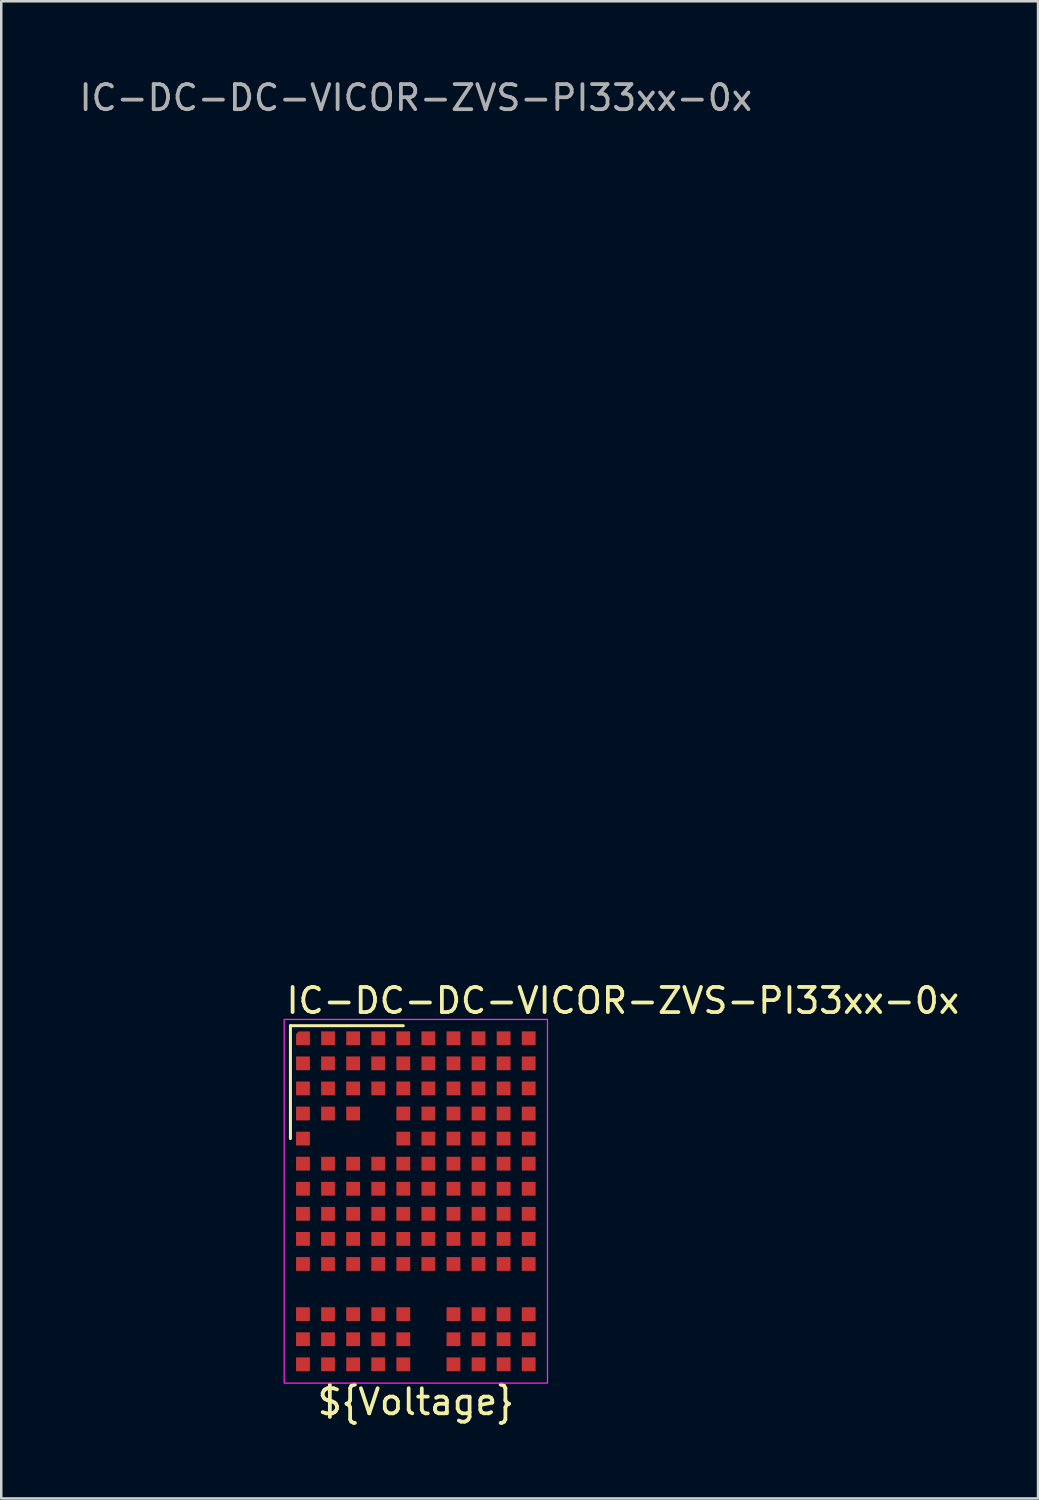
<source format=kicad_pcb>
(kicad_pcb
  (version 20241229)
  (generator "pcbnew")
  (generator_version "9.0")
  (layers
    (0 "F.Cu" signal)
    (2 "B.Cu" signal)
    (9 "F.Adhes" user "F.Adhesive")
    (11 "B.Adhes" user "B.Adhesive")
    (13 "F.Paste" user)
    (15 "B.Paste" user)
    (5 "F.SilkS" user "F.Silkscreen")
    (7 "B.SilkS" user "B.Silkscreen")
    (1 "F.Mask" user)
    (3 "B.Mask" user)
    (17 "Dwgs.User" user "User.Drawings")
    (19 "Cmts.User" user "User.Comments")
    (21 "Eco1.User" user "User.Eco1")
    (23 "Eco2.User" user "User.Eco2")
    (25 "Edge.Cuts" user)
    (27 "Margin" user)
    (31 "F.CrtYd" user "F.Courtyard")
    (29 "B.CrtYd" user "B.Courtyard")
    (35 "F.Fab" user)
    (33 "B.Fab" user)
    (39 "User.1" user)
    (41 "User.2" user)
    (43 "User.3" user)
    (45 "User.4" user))
  (footprint "IC-DC-DC-VICOR-ZVS-PI33xx-0x"
    (layer "F.Cu")
    (at 13.53 44.848)
    (property "Reference" "IC-DC-DC-VICOR-ZVS-PI33xx-0x" (at -5.25 -8 0) (unlocked yes) (layer "F.SilkS") (effects (font (size 1 1) (thickness 0.15)) (justify left)))
    (attr smd)
    (fp_line (start -5 -7) (end -5 -2.5) (stroke (width 0.12) (type solid)) (layer "F.SilkS"))
    (fp_line (start -0.5 -7) (end -5 -7) (stroke (width 0.12) (type solid)) (layer "F.SilkS"))
    (fp_rect (start -5.25 -7.25) (end 5.25 7.25) (stroke (width 0.05) (type solid)) (fill no) (layer "F.CrtYd"))
    (fp_rect (start 0 4) (end -5 7) (stroke (width 0.12) (type solid)) (fill no) (layer "User.1"))
    (fp_rect (start 1 4) (end 5 7) (stroke (width 0.12) (type solid)) (fill no) (layer "User.1"))
    (fp_poly (pts (xy -1 0) (xy -5 0) (xy -5 -2) (xy -1 -2)) (stroke (width 0.12) (type solid)) (fill no) (layer "User.1"))
    (fp_poly (pts (xy 3 -6) (xy 1 -6) (xy 1 -7) (xy 3 -7)) (stroke (width 0.12) (type solid)) (fill no) (layer "User.1"))
    (fp_poly (pts (xy 5 -2) (xy 4 -2) (xy 4 -5) (xy 5 -5)) (stroke (width 0.12) (type solid)) (fill no) (layer "User.1"))
    (fp_poly (pts (xy 0 -6) (xy -4 -6) (xy -4 -2) (xy -5 -2) (xy -5 -7) (xy 0 -7)) (stroke (width 0.12) (type solid)) (fill no) (layer "User.1"))
    (fp_poly (pts (xy 4 -2) (xy 5 -2) (xy 5 3) (xy -5 3) (xy -5 0) (xy -1 0) (xy -1 -4) (xy 4 -4)) (stroke (width 0.12) (type solid)) (fill no) (layer "User.1"))
    (fp_poly (pts (xy 1 -6) (xy 3 -6) (xy 3 -7) (xy 5 -7) (xy 5 -5) (xy 4 -5) (xy 4 -4) (xy -2 -4) (xy -2 -3) (xy -4 -3) (xy -4 -6) (xy 0 -6) (xy 0 -7) (xy 1 -7)) (stroke (width 0.12) (type solid)) (fill no) (layer "User.1"))
    (fp_text user "${Voltage}" (at 0 8 0) (unlocked yes) (layer "F.SilkS") (effects (font (size 1 1) (thickness 0.15))))
    (fp_text user "${REFERENCE}" (at 0 -44 0) (unlocked yes) (layer "F.Fab") (effects (font (size 1 1) (thickness 0.15))))
    (pad "ADJ" smd rect (at -3.5 -6.5 270) (size 0.55 0.55) (layers "F.Cu" "F.Mask" "F.Paste"))
    (pad "ADR0" smd rect (at 1.5 -6.5 270) (size 0.55 0.55) (layers "F.Cu" "F.Mask" "F.Paste"))
    (pad "ADR1" smd rect (at 2.5 -6.5 270) (size 0.55 0.55) (layers "F.Cu" "F.Mask" "F.Paste"))
    (pad "EAO" smd rect (at -4.5 -5.5 270) (size 0.55 0.55) (layers "F.Cu" "F.Mask" "F.Paste"))
    (pad "EN" smd rect (at -4.5 -4.5 270) (size 0.55 0.55) (layers "F.Cu" "F.Mask" "F.Paste"))
    (pad "NC" smd rect (at -4.5 -3.5 270) (size 0.55 0.55) (layers "F.Cu" "F.Mask" "F.Paste"))
    (pad "PGND" smd rect (at -4.5 0.5 270) (size 0.55 0.55) (layers "F.Cu" "F.Mask" "F.Paste"))
    (pad "PGND" smd rect (at -4.5 1.5 270) (size 0.55 0.55) (layers "F.Cu" "F.Mask" "F.Paste"))
    (pad "PGND" smd rect (at -4.5 2.5 270) (size 0.55 0.55) (layers "F.Cu" "F.Mask" "F.Paste"))
    (pad "PGND" smd rect (at -3.5 0.5 270) (size 0.55 0.55) (layers "F.Cu" "F.Mask" "F.Paste"))
    (pad "PGND" smd rect (at -3.5 1.5 270) (size 0.55 0.55) (layers "F.Cu" "F.Mask" "F.Paste"))
    (pad "PGND" smd rect (at -3.5 2.5 270) (size 0.55 0.55) (layers "F.Cu" "F.Mask" "F.Paste"))
    (pad "PGND" smd rect (at -2.5 0.5 270) (size 0.55 0.55) (layers "F.Cu" "F.Mask" "F.Paste"))
    (pad "PGND" smd rect (at -2.5 1.5 270) (size 0.55 0.55) (layers "F.Cu" "F.Mask" "F.Paste"))
    (pad "PGND" smd rect (at -2.5 2.5 270) (size 0.55 0.55) (layers "F.Cu" "F.Mask" "F.Paste"))
    (pad "PGND" smd rect (at -1.5 0.5 270) (size 0.55 0.55) (layers "F.Cu" "F.Mask" "F.Paste"))
    (pad "PGND" smd rect (at -1.5 1.5 270) (size 0.55 0.55) (layers "F.Cu" "F.Mask" "F.Paste"))
    (pad "PGND" smd rect (at -1.5 2.5 270) (size 0.55 0.55) (layers "F.Cu" "F.Mask" "F.Paste"))
    (pad "PGND" smd rect (at -0.5 -3.5 270) (size 0.55 0.55) (layers "F.Cu" "F.Mask" "F.Paste"))
    (pad "PGND" smd rect (at -0.5 -2.5 270) (size 0.55 0.55) (layers "F.Cu" "F.Mask" "F.Paste"))
    (pad "PGND" smd rect (at -0.5 -1.5 270) (size 0.55 0.55) (layers "F.Cu" "F.Mask" "F.Paste"))
    (pad "PGND" smd rect (at -0.5 -0.5 270) (size 0.55 0.55) (layers "F.Cu" "F.Mask" "F.Paste"))
    (pad "PGND" smd rect (at -0.5 0.5 270) (size 0.55 0.55) (layers "F.Cu" "F.Mask" "F.Paste"))
    (pad "PGND" smd rect (at -0.5 1.5 270) (size 0.55 0.55) (layers "F.Cu" "F.Mask" "F.Paste"))
    (pad "PGND" smd rect (at -0.5 2.5 270) (size 0.55 0.55) (layers "F.Cu" "F.Mask" "F.Paste"))
    (pad "PGND" smd rect (at 0.5 -3.5 270) (size 0.55 0.55) (layers "F.Cu" "F.Mask" "F.Paste"))
    (pad "PGND" smd rect (at 0.5 -2.5 270) (size 0.55 0.55) (layers "F.Cu" "F.Mask" "F.Paste"))
    (pad "PGND" smd rect (at 0.5 -1.5 270) (size 0.55 0.55) (layers "F.Cu" "F.Mask" "F.Paste"))
    (pad "PGND" smd rect (at 0.5 -0.5 270) (size 0.55 0.55) (layers "F.Cu" "F.Mask" "F.Paste"))
    (pad "PGND" smd rect (at 0.5 0.5 270) (size 0.55 0.55) (layers "F.Cu" "F.Mask" "F.Paste"))
    (pad "PGND" smd rect (at 0.5 1.5 270) (size 0.55 0.55) (layers "F.Cu" "F.Mask" "F.Paste"))
    (pad "PGND" smd rect (at 0.5 2.5 270) (size 0.55 0.55) (layers "F.Cu" "F.Mask" "F.Paste"))
    (pad "PGND" smd rect (at 1.5 -3.5 270) (size 0.55 0.55) (layers "F.Cu" "F.Mask" "F.Paste"))
    (pad "PGND" smd rect (at 1.5 -2.5 270) (size 0.55 0.55) (layers "F.Cu" "F.Mask" "F.Paste"))
    (pad "PGND" smd rect (at 1.5 -1.5 270) (size 0.55 0.55) (layers "F.Cu" "F.Mask" "F.Paste"))
    (pad "PGND" smd rect (at 1.5 -0.5 270) (size 0.55 0.55) (layers "F.Cu" "F.Mask" "F.Paste"))
    (pad "PGND" smd rect (at 1.5 0.5 270) (size 0.55 0.55) (layers "F.Cu" "F.Mask" "F.Paste"))
    (pad "PGND" smd rect (at 1.5 1.5 270) (size 0.55 0.55) (layers "F.Cu" "F.Mask" "F.Paste"))
    (pad "PGND" smd rect (at 1.5 2.5 270) (size 0.55 0.55) (layers "F.Cu" "F.Mask" "F.Paste"))
    (pad "PGND" smd rect (at 2.5 -3.5 270) (size 0.55 0.55) (layers "F.Cu" "F.Mask" "F.Paste"))
    (pad "PGND" smd rect (at 2.5 -2.5 270) (size 0.55 0.55) (layers "F.Cu" "F.Mask" "F.Paste"))
    (pad "PGND" smd rect (at 2.5 -1.5 270) (size 0.55 0.55) (layers "F.Cu" "F.Mask" "F.Paste"))
    (pad "PGND" smd rect (at 2.5 -0.5 270) (size 0.55 0.55) (layers "F.Cu" "F.Mask" "F.Paste"))
    (pad "PGND" smd rect (at 2.5 0.5 270) (size 0.55 0.55) (layers "F.Cu" "F.Mask" "F.Paste"))
    (pad "PGND" smd rect (at 2.5 1.5 270) (size 0.55 0.55) (layers "F.Cu" "F.Mask" "F.Paste"))
    (pad "PGND" smd rect (at 2.5 2.5 270) (size 0.55 0.55) (layers "F.Cu" "F.Mask" "F.Paste"))
    (pad "PGND" smd rect (at 3.5 -3.5 270) (size 0.55 0.55) (layers "F.Cu" "F.Mask" "F.Paste"))
    (pad "PGND" smd rect (at 3.5 -2.5 270) (size 0.55 0.55) (layers "F.Cu" "F.Mask" "F.Paste"))
    (pad "PGND" smd rect (at 3.5 -1.5 270) (size 0.55 0.55) (layers "F.Cu" "F.Mask" "F.Paste"))
    (pad "PGND" smd rect (at 3.5 -0.5 270) (size 0.55 0.55) (layers "F.Cu" "F.Mask" "F.Paste"))
    (pad "PGND" smd rect (at 3.5 0.5 270) (size 0.55 0.55) (layers "F.Cu" "F.Mask" "F.Paste"))
    (pad "PGND" smd rect (at 3.5 1.5 270) (size 0.55 0.55) (layers "F.Cu" "F.Mask" "F.Paste"))
    (pad "PGND" smd rect (at 3.5 2.5 270) (size 0.55 0.55) (layers "F.Cu" "F.Mask" "F.Paste"))
    (pad "PGND" smd rect (at 4.5 -1.5 270) (size 0.55 0.55) (layers "F.Cu" "F.Mask" "F.Paste"))
    (pad "PGND" smd rect (at 4.5 -0.5 270) (size 0.55 0.55) (layers "F.Cu" "F.Mask" "F.Paste"))
    (pad "PGND" smd rect (at 4.5 0.5 270) (size 0.55 0.55) (layers "F.Cu" "F.Mask" "F.Paste"))
    (pad "PGND" smd rect (at 4.5 1.5 270) (size 0.55 0.55) (layers "F.Cu" "F.Mask" "F.Paste"))
    (pad "PGND" smd rect (at 4.5 2.5 270) (size 0.55 0.55) (layers "F.Cu" "F.Mask" "F.Paste"))
    (pad "PWRGD" smd roundrect (at -4.5 -6.5 270) (size 0.55 0.55) (layers "F.Cu" "F.Mask" "F.Paste") (roundrect_rratio 0) (chamfer_ratio 0.2) (chamfer bottom_left))
    (pad "REM" smd rect (at -4.5 -2.5 270) (size 0.55 0.55) (layers "F.Cu" "F.Mask" "F.Paste"))
    (pad "SCL" smd rect (at -0.5 -6.5 270) (size 0.55 0.55) (layers "F.Cu" "F.Mask" "F.Paste"))
    (pad "SDA" smd rect (at -1.5 -6.5 270) (size 0.55 0.55) (layers "F.Cu" "F.Mask" "F.Paste"))
    (pad "SGND" smd rect (at -3.5 -5.5 270) (size 0.55 0.55) (layers "F.Cu" "F.Mask" "F.Paste"))
    (pad "SGND" smd rect (at -3.5 -4.5 270) (size 0.55 0.55) (layers "F.Cu" "F.Mask" "F.Paste"))
    (pad "SGND" smd rect (at -3.5 -3.5 270) (size 0.55 0.55) (layers "F.Cu" "F.Mask" "F.Paste"))
    (pad "SGND" smd rect (at -2.5 -5.5 270) (size 0.55 0.55) (layers "F.Cu" "F.Mask" "F.Paste"))
    (pad "SGND" smd rect (at -2.5 -4.5 270) (size 0.55 0.55) (layers "F.Cu" "F.Mask" "F.Paste"))
    (pad "SGND" smd rect (at -2.5 -3.5 270) (size 0.55 0.55) (layers "F.Cu" "F.Mask" "F.Paste"))
    (pad "SGND" smd rect (at -1.5 -5.5 270) (size 0.55 0.55) (layers "F.Cu" "F.Mask" "F.Paste"))
    (pad "SGND" smd rect (at -1.5 -4.5 270) (size 0.55 0.55) (layers "F.Cu" "F.Mask" "F.Paste"))
    (pad "SGND" smd rect (at -0.5 -5.5 270) (size 0.55 0.55) (layers "F.Cu" "F.Mask" "F.Paste"))
    (pad "SGND" smd rect (at -0.5 -4.5 270) (size 0.55 0.55) (layers "F.Cu" "F.Mask" "F.Paste"))
    (pad "SGND" smd rect (at 0.5 -6.5 270) (size 0.55 0.55) (layers "F.Cu" "F.Mask" "F.Paste"))
    (pad "SGND" smd rect (at 0.5 -5.5 270) (size 0.55 0.55) (layers "F.Cu" "F.Mask" "F.Paste"))
    (pad "SGND" smd rect (at 0.5 -4.5 270) (size 0.55 0.55) (layers "F.Cu" "F.Mask" "F.Paste"))
    (pad "SGND" smd rect (at 1.5 -5.5 270) (size 0.55 0.55) (layers "F.Cu" "F.Mask" "F.Paste"))
    (pad "SGND" smd rect (at 1.5 -4.5 270) (size 0.55 0.55) (layers "F.Cu" "F.Mask" "F.Paste"))
    (pad "SGND" smd rect (at 2.5 -5.5 270) (size 0.55 0.55) (layers "F.Cu" "F.Mask" "F.Paste"))
    (pad "SGND" smd rect (at 2.5 -4.5 270) (size 0.55 0.55) (layers "F.Cu" "F.Mask" "F.Paste"))
    (pad "SGND" smd rect (at 3.5 -6.5 270) (size 0.55 0.55) (layers "F.Cu" "F.Mask" "F.Paste"))
    (pad "SGND" smd rect (at 3.5 -5.5 270) (size 0.55 0.55) (layers "F.Cu" "F.Mask" "F.Paste"))
    (pad "SGND" smd rect (at 3.5 -4.5 270) (size 0.55 0.55) (layers "F.Cu" "F.Mask" "F.Paste"))
    (pad "SGND" smd rect (at 4.5 -6.5 270) (size 0.55 0.55) (layers "F.Cu" "F.Mask" "F.Paste"))
    (pad "SGND" smd rect (at 4.5 -5.5 270) (size 0.55 0.55) (layers "F.Cu" "F.Mask" "F.Paste"))
    (pad "SYNCI" smd rect (at 4.5 -2.5 270) (size 0.55 0.55) (layers "F.Cu" "F.Mask" "F.Paste"))
    (pad "SYNCO" smd rect (at 4.5 -3.5 270) (size 0.55 0.55) (layers "F.Cu" "F.Mask" "F.Paste"))
    (pad "TRK" smd rect (at -2.5 -6.5 270) (size 0.55 0.55) (layers "F.Cu" "F.Mask" "F.Paste"))
    (pad "VDR" smd rect (at 4.5 -4.5 270) (size 0.55 0.55) (layers "F.Cu" "F.Mask" "F.Paste"))
    (pad "VIN" smd rect (at 1.5 4.5 270) (size 0.55 0.55) (layers "F.Cu" "F.Mask" "F.Paste"))
    (pad "VIN" smd rect (at 1.5 5.5 270) (size 0.55 0.55) (layers "F.Cu" "F.Mask" "F.Paste"))
    (pad "VIN" smd rect (at 1.5 6.5 270) (size 0.55 0.55) (layers "F.Cu" "F.Mask" "F.Paste"))
    (pad "VIN" smd rect (at 2.5 4.5 270) (size 0.55 0.55) (layers "F.Cu" "F.Mask" "F.Paste"))
    (pad "VIN" smd rect (at 2.5 5.5 270) (size 0.55 0.55) (layers "F.Cu" "F.Mask" "F.Paste"))
    (pad "VIN" smd rect (at 2.5 6.5 270) (size 0.55 0.55) (layers "F.Cu" "F.Mask" "F.Paste"))
    (pad "VIN" smd rect (at 3.5 4.5 270) (size 0.55 0.55) (layers "F.Cu" "F.Mask" "F.Paste"))
    (pad "VIN" smd rect (at 3.5 5.5 270) (size 0.55 0.55) (layers "F.Cu" "F.Mask" "F.Paste"))
    (pad "VIN" smd rect (at 3.5 6.5 270) (size 0.55 0.55) (layers "F.Cu" "F.Mask" "F.Paste"))
    (pad "VIN" smd rect (at 4.5 4.5 270) (size 0.55 0.55) (layers "F.Cu" "F.Mask" "F.Paste"))
    (pad "VIN" smd rect (at 4.5 5.5 270) (size 0.55 0.55) (layers "F.Cu" "F.Mask" "F.Paste"))
    (pad "VIN" smd rect (at 4.5 6.5 270) (size 0.55 0.55) (layers "F.Cu" "F.Mask" "F.Paste"))
    (pad "VOUT" smd rect (at -4.5 -1.5 270) (size 0.55 0.55) (layers "F.Cu" "F.Mask" "F.Paste"))
    (pad "VOUT" smd rect (at -4.5 -0.5 270) (size 0.55 0.55) (layers "F.Cu" "F.Mask" "F.Paste"))
    (pad "VOUT" smd rect (at -3.5 -1.5 270) (size 0.55 0.55) (layers "F.Cu" "F.Mask" "F.Paste"))
    (pad "VOUT" smd rect (at -3.5 -0.5 270) (size 0.55 0.55) (layers "F.Cu" "F.Mask" "F.Paste"))
    (pad "VOUT" smd rect (at -2.5 -1.5 270) (size 0.55 0.55) (layers "F.Cu" "F.Mask" "F.Paste"))
    (pad "VOUT" smd rect (at -2.5 -0.5 270) (size 0.55 0.55) (layers "F.Cu" "F.Mask" "F.Paste"))
    (pad "VOUT" smd rect (at -1.5 -1.5 270) (size 0.55 0.55) (layers "F.Cu" "F.Mask" "F.Paste"))
    (pad "VOUT" smd rect (at -1.5 -0.5 270) (size 0.55 0.55) (layers "F.Cu" "F.Mask" "F.Paste"))
    (pad "VS1" smd rect (at -4.5 4.5 270) (size 0.55 0.55) (layers "F.Cu" "F.Mask" "F.Paste"))
    (pad "VS1" smd rect (at -4.5 5.5 270) (size 0.55 0.55) (layers "F.Cu" "F.Mask" "F.Paste"))
    (pad "VS1" smd rect (at -4.5 6.5 270) (size 0.55 0.55) (layers "F.Cu" "F.Mask" "F.Paste"))
    (pad "VS1" smd rect (at -3.5 4.5 270) (size 0.55 0.55) (layers "F.Cu" "F.Mask" "F.Paste"))
    (pad "VS1" smd rect (at -3.5 5.5 270) (size 0.55 0.55) (layers "F.Cu" "F.Mask" "F.Paste"))
    (pad "VS1" smd rect (at -3.5 6.5 270) (size 0.55 0.55) (layers "F.Cu" "F.Mask" "F.Paste"))
    (pad "VS1" smd rect (at -2.5 4.5 270) (size 0.55 0.55) (layers "F.Cu" "F.Mask" "F.Paste"))
    (pad "VS1" smd rect (at -2.5 5.5 270) (size 0.55 0.55) (layers "F.Cu" "F.Mask" "F.Paste"))
    (pad "VS1" smd rect (at -2.5 6.5 270) (size 0.55 0.55) (layers "F.Cu" "F.Mask" "F.Paste"))
    (pad "VS1" smd rect (at -1.5 4.5 270) (size 0.55 0.55) (layers "F.Cu" "F.Mask" "F.Paste"))
    (pad "VS1" smd rect (at -1.5 5.5 270) (size 0.55 0.55) (layers "F.Cu" "F.Mask" "F.Paste"))
    (pad "VS1" smd rect (at -1.5 6.5 270) (size 0.55 0.55) (layers "F.Cu" "F.Mask" "F.Paste"))
    (pad "VS1" smd rect (at -0.5 4.5 270) (size 0.55 0.55) (layers "F.Cu" "F.Mask" "F.Paste"))
    (pad "VS1" smd rect (at -0.5 5.5 270) (size 0.55 0.55) (layers "F.Cu" "F.Mask" "F.Paste"))
    (pad "VS1" smd rect (at -0.5 6.5 270) (size 0.55 0.55) (layers "F.Cu" "F.Mask" "F.Paste")))
  (gr_rect
    (start -3 -3)
    (end 38.339 56.697)
    (stroke (width 0.1) (type default))
    (fill no)
    (layer "Edge.Cuts")))
</source>
